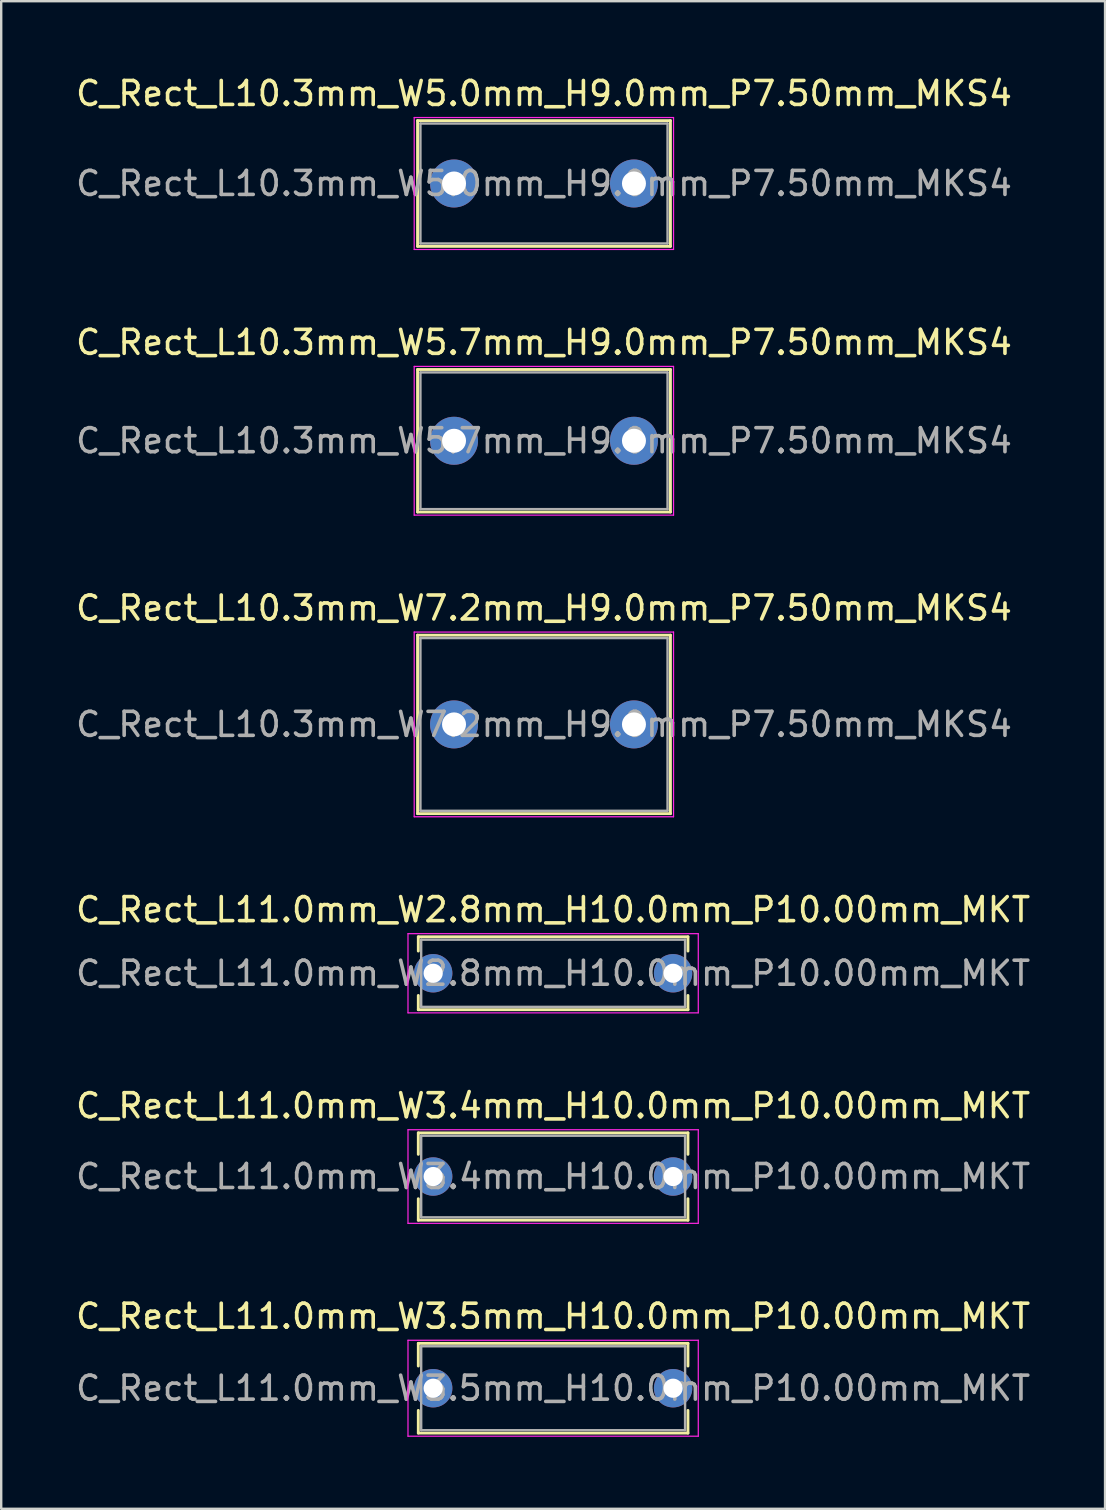
<source format=kicad_pcb>
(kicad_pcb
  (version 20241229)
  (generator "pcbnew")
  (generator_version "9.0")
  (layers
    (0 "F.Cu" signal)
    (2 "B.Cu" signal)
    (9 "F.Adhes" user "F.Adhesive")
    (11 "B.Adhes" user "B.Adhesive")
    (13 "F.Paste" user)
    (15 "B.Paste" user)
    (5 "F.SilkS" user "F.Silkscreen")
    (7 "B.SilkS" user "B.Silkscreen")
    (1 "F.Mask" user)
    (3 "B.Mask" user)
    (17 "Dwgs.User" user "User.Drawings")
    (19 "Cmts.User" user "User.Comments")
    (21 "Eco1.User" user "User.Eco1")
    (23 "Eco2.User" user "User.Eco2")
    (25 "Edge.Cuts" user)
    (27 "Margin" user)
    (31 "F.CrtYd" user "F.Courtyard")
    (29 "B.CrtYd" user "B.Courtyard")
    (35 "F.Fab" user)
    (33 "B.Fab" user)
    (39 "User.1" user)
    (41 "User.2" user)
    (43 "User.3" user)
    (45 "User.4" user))
  (footprint "C_Rect_L10.3mm_W5.0mm_H9.0mm_P7.50mm_MKS4"
    (layer "F.Cu")
    (at 15.875 4.598)
    (property "Reference" "C_Rect_L10.3mm_W5.0mm_H9.0mm_P7.50mm_MKS4" (at 3.75 -3.75 0) (layer "F.SilkS") (effects (font (size 1 1) (thickness 0.15))))
    (attr through_hole)
    (fp_line (start -1.52 -2.62) (end -1.52 2.62) (stroke (width 0.12) (type solid)) (layer "F.SilkS"))
    (fp_line (start -1.52 -2.62) (end 9.02 -2.62) (stroke (width 0.12) (type solid)) (layer "F.SilkS"))
    (fp_line (start -1.52 2.62) (end 9.02 2.62) (stroke (width 0.12) (type solid)) (layer "F.SilkS"))
    (fp_line (start 9.02 -2.62) (end 9.02 2.62) (stroke (width 0.12) (type solid)) (layer "F.SilkS"))
    (fp_line (start -1.66 -2.75) (end -1.66 2.75) (stroke (width 0.05) (type solid)) (layer "F.CrtYd"))
    (fp_line (start -1.66 2.75) (end 9.15 2.75) (stroke (width 0.05) (type solid)) (layer "F.CrtYd"))
    (fp_line (start 9.15 -2.75) (end -1.66 -2.75) (stroke (width 0.05) (type solid)) (layer "F.CrtYd"))
    (fp_line (start 9.15 2.75) (end 9.15 -2.75) (stroke (width 0.05) (type solid)) (layer "F.CrtYd"))
    (fp_line (start -1.4 -2.5) (end -1.4 2.5) (stroke (width 0.1) (type solid)) (layer "F.Fab"))
    (fp_line (start -1.4 2.5) (end 8.9 2.5) (stroke (width 0.1) (type solid)) (layer "F.Fab"))
    (fp_line (start 8.9 -2.5) (end -1.4 -2.5) (stroke (width 0.1) (type solid)) (layer "F.Fab"))
    (fp_line (start 8.9 2.5) (end 8.9 -2.5) (stroke (width 0.1) (type solid)) (layer "F.Fab"))
    (fp_text user "${REFERENCE}" (at 3.75 0 0) (layer "F.Fab") (effects (font (size 1 1) (thickness 0.15))))
    (pad "1" thru_hole circle (at 0 0) (size 2 2) (drill 1) (layers "*.Cu" "*.Mask"))
    (pad "2" thru_hole circle (at 7.5 0) (size 2 2) (drill 1) (layers "*.Cu" "*.Mask")))
  (footprint "C_Rect_L10.3mm_W7.2mm_H9.0mm_P7.50mm_MKS4"
    (layer "F.Cu")
    (at 15.875 27.145)
    (property "Reference" "C_Rect_L10.3mm_W7.2mm_H9.0mm_P7.50mm_MKS4" (at 3.75 -4.85 0) (layer "F.SilkS") (effects (font (size 1 1) (thickness 0.15))))
    (attr through_hole)
    (fp_line (start -1.52 -3.72) (end -1.52 3.72) (stroke (width 0.12) (type solid)) (layer "F.SilkS"))
    (fp_line (start -1.52 -3.72) (end 9.02 -3.72) (stroke (width 0.12) (type solid)) (layer "F.SilkS"))
    (fp_line (start -1.52 3.72) (end 9.02 3.72) (stroke (width 0.12) (type solid)) (layer "F.SilkS"))
    (fp_line (start 9.02 -3.72) (end 9.02 3.72) (stroke (width 0.12) (type solid)) (layer "F.SilkS"))
    (fp_line (start -1.66 -3.85) (end -1.66 3.85) (stroke (width 0.05) (type solid)) (layer "F.CrtYd"))
    (fp_line (start -1.66 3.85) (end 9.15 3.85) (stroke (width 0.05) (type solid)) (layer "F.CrtYd"))
    (fp_line (start 9.15 -3.85) (end -1.66 -3.85) (stroke (width 0.05) (type solid)) (layer "F.CrtYd"))
    (fp_line (start 9.15 3.85) (end 9.15 -3.85) (stroke (width 0.05) (type solid)) (layer "F.CrtYd"))
    (fp_line (start -1.4 -3.6) (end -1.4 3.6) (stroke (width 0.1) (type solid)) (layer "F.Fab"))
    (fp_line (start -1.4 3.6) (end 8.9 3.6) (stroke (width 0.1) (type solid)) (layer "F.Fab"))
    (fp_line (start 8.9 -3.6) (end -1.4 -3.6) (stroke (width 0.1) (type solid)) (layer "F.Fab"))
    (fp_line (start 8.9 3.6) (end 8.9 -3.6) (stroke (width 0.1) (type solid)) (layer "F.Fab"))
    (fp_text user "${REFERENCE}" (at 3.75 0 0) (layer "F.Fab") (effects (font (size 1 1) (thickness 0.15))))
    (pad "1" thru_hole circle (at 0 0) (size 2 2) (drill 1) (layers "*.Cu" "*.Mask"))
    (pad "2" thru_hole circle (at 7.5 0) (size 2 2) (drill 1) (layers "*.Cu" "*.Mask")))
  (footprint "C_Rect_L10.3mm_W5.7mm_H9.0mm_P7.50mm_MKS4"
    (layer "F.Cu")
    (at 15.875 15.322)
    (property "Reference" "C_Rect_L10.3mm_W5.7mm_H9.0mm_P7.50mm_MKS4" (at 3.75 -4.1 0) (layer "F.SilkS") (effects (font (size 1 1) (thickness 0.15))))
    (attr through_hole)
    (fp_line (start -1.52 -2.97) (end -1.52 2.97) (stroke (width 0.12) (type solid)) (layer "F.SilkS"))
    (fp_line (start -1.52 -2.97) (end 9.02 -2.97) (stroke (width 0.12) (type solid)) (layer "F.SilkS"))
    (fp_line (start -1.52 2.97) (end 9.02 2.97) (stroke (width 0.12) (type solid)) (layer "F.SilkS"))
    (fp_line (start 9.02 -2.97) (end 9.02 2.97) (stroke (width 0.12) (type solid)) (layer "F.SilkS"))
    (fp_line (start -1.66 -3.1) (end -1.66 3.1) (stroke (width 0.05) (type solid)) (layer "F.CrtYd"))
    (fp_line (start -1.66 3.1) (end 9.15 3.1) (stroke (width 0.05) (type solid)) (layer "F.CrtYd"))
    (fp_line (start 9.15 -3.1) (end -1.66 -3.1) (stroke (width 0.05) (type solid)) (layer "F.CrtYd"))
    (fp_line (start 9.15 3.1) (end 9.15 -3.1) (stroke (width 0.05) (type solid)) (layer "F.CrtYd"))
    (fp_line (start -1.4 -2.85) (end -1.4 2.85) (stroke (width 0.1) (type solid)) (layer "F.Fab"))
    (fp_line (start -1.4 2.85) (end 8.9 2.85) (stroke (width 0.1) (type solid)) (layer "F.Fab"))
    (fp_line (start 8.9 -2.85) (end -1.4 -2.85) (stroke (width 0.1) (type solid)) (layer "F.Fab"))
    (fp_line (start 8.9 2.85) (end 8.9 -2.85) (stroke (width 0.1) (type solid)) (layer "F.Fab"))
    (fp_text user "${REFERENCE}" (at 3.75 0 0) (layer "F.Fab") (effects (font (size 1 1) (thickness 0.15))))
    (pad "1" thru_hole circle (at 0 0) (size 2 2) (drill 1) (layers "*.Cu" "*.Mask"))
    (pad "2" thru_hole circle (at 7.5 0) (size 2 2) (drill 1) (layers "*.Cu" "*.Mask")))
  (footprint "C_Rect_L11.0mm_W3.4mm_H10.0mm_P10.00mm_MKT"
    (layer "F.Cu")
    (at 15.006 45.991)
    (property "Reference" "C_Rect_L11.0mm_W3.4mm_H10.0mm_P10.00mm_MKT" (at 5 -2.95 0) (layer "F.SilkS") (effects (font (size 1 1) (thickness 0.15))))
    (attr through_hole)
    (fp_line (start -0.62 -1.82) (end -0.62 -0.925) (stroke (width 0.12) (type solid)) (layer "F.SilkS"))
    (fp_line (start -0.62 -1.82) (end 10.62 -1.82) (stroke (width 0.12) (type solid)) (layer "F.SilkS"))
    (fp_line (start -0.62 0.925) (end -0.62 1.82) (stroke (width 0.12) (type solid)) (layer "F.SilkS"))
    (fp_line (start -0.62 1.82) (end 10.62 1.82) (stroke (width 0.12) (type solid)) (layer "F.SilkS"))
    (fp_line (start 10.62 -1.82) (end 10.62 -0.925) (stroke (width 0.12) (type solid)) (layer "F.SilkS"))
    (fp_line (start 10.62 0.925) (end 10.62 1.82) (stroke (width 0.12) (type solid)) (layer "F.SilkS"))
    (fp_line (start -1.05 -1.95) (end -1.05 1.95) (stroke (width 0.05) (type solid)) (layer "F.CrtYd"))
    (fp_line (start -1.05 1.95) (end 11.05 1.95) (stroke (width 0.05) (type solid)) (layer "F.CrtYd"))
    (fp_line (start 11.05 -1.95) (end -1.05 -1.95) (stroke (width 0.05) (type solid)) (layer "F.CrtYd"))
    (fp_line (start 11.05 1.95) (end 11.05 -1.95) (stroke (width 0.05) (type solid)) (layer "F.CrtYd"))
    (fp_line (start -0.5 -1.7) (end -0.5 1.7) (stroke (width 0.1) (type solid)) (layer "F.Fab"))
    (fp_line (start -0.5 1.7) (end 10.5 1.7) (stroke (width 0.1) (type solid)) (layer "F.Fab"))
    (fp_line (start 10.5 -1.7) (end -0.5 -1.7) (stroke (width 0.1) (type solid)) (layer "F.Fab"))
    (fp_line (start 10.5 1.7) (end 10.5 -1.7) (stroke (width 0.1) (type solid)) (layer "F.Fab"))
    (fp_text user "${REFERENCE}" (at 5 0 0) (layer "F.Fab") (effects (font (size 1 1) (thickness 0.15))))
    (pad "1" thru_hole circle (at 0 0) (size 1.6 1.6) (drill 0.8) (layers "*.Cu" "*.Mask"))
    (pad "2" thru_hole circle (at 10 0) (size 1.6 1.6) (drill 0.8) (layers "*.Cu" "*.Mask")))
  (footprint "C_Rect_L11.0mm_W3.5mm_H10.0mm_P10.00mm_MKT"
    (layer "F.Cu")
    (at 15.006 54.815)
    (property "Reference" "C_Rect_L11.0mm_W3.5mm_H10.0mm_P10.00mm_MKT" (at 5 -3 0) (layer "F.SilkS") (effects (font (size 1 1) (thickness 0.15))))
    (attr through_hole)
    (fp_line (start -0.62 -1.87) (end -0.62 -0.925) (stroke (width 0.12) (type solid)) (layer "F.SilkS"))
    (fp_line (start -0.62 -1.87) (end 10.62 -1.87) (stroke (width 0.12) (type solid)) (layer "F.SilkS"))
    (fp_line (start -0.62 0.925) (end -0.62 1.87) (stroke (width 0.12) (type solid)) (layer "F.SilkS"))
    (fp_line (start -0.62 1.87) (end 10.62 1.87) (stroke (width 0.12) (type solid)) (layer "F.SilkS"))
    (fp_line (start 10.62 -1.87) (end 10.62 -0.925) (stroke (width 0.12) (type solid)) (layer "F.SilkS"))
    (fp_line (start 10.62 0.925) (end 10.62 1.87) (stroke (width 0.12) (type solid)) (layer "F.SilkS"))
    (fp_line (start -1.05 -2) (end -1.05 2) (stroke (width 0.05) (type solid)) (layer "F.CrtYd"))
    (fp_line (start -1.05 2) (end 11.05 2) (stroke (width 0.05) (type solid)) (layer "F.CrtYd"))
    (fp_line (start 11.05 -2) (end -1.05 -2) (stroke (width 0.05) (type solid)) (layer "F.CrtYd"))
    (fp_line (start 11.05 2) (end 11.05 -2) (stroke (width 0.05) (type solid)) (layer "F.CrtYd"))
    (fp_line (start -0.5 -1.75) (end -0.5 1.75) (stroke (width 0.1) (type solid)) (layer "F.Fab"))
    (fp_line (start -0.5 1.75) (end 10.5 1.75) (stroke (width 0.1) (type solid)) (layer "F.Fab"))
    (fp_line (start 10.5 -1.75) (end -0.5 -1.75) (stroke (width 0.1) (type solid)) (layer "F.Fab"))
    (fp_line (start 10.5 1.75) (end 10.5 -1.75) (stroke (width 0.1) (type solid)) (layer "F.Fab"))
    (fp_text user "${REFERENCE}" (at 5 0 0) (layer "F.Fab") (effects (font (size 1 1) (thickness 0.15))))
    (pad "1" thru_hole circle (at 0 0) (size 1.6 1.6) (drill 0.8) (layers "*.Cu" "*.Mask"))
    (pad "2" thru_hole circle (at 10 0) (size 1.6 1.6) (drill 0.8) (layers "*.Cu" "*.Mask")))
  (footprint "C_Rect_L11.0mm_W2.8mm_H10.0mm_P10.00mm_MKT"
    (layer "F.Cu")
    (at 15.006 37.518)
    (property "Reference" "C_Rect_L11.0mm_W2.8mm_H10.0mm_P10.00mm_MKT" (at 5 -2.65 0) (layer "F.SilkS") (effects (font (size 1 1) (thickness 0.15))))
    (attr through_hole)
    (fp_line (start -0.62 -1.52) (end -0.62 -0.925) (stroke (width 0.12) (type solid)) (layer "F.SilkS"))
    (fp_line (start -0.62 -1.52) (end 10.62 -1.52) (stroke (width 0.12) (type solid)) (layer "F.SilkS"))
    (fp_line (start -0.62 0.925) (end -0.62 1.52) (stroke (width 0.12) (type solid)) (layer "F.SilkS"))
    (fp_line (start -0.62 1.52) (end 10.62 1.52) (stroke (width 0.12) (type solid)) (layer "F.SilkS"))
    (fp_line (start 10.62 -1.52) (end 10.62 -0.925) (stroke (width 0.12) (type solid)) (layer "F.SilkS"))
    (fp_line (start 10.62 0.925) (end 10.62 1.52) (stroke (width 0.12) (type solid)) (layer "F.SilkS"))
    (fp_line (start -1.05 -1.65) (end -1.05 1.65) (stroke (width 0.05) (type solid)) (layer "F.CrtYd"))
    (fp_line (start -1.05 1.65) (end 11.05 1.65) (stroke (width 0.05) (type solid)) (layer "F.CrtYd"))
    (fp_line (start 11.05 -1.65) (end -1.05 -1.65) (stroke (width 0.05) (type solid)) (layer "F.CrtYd"))
    (fp_line (start 11.05 1.65) (end 11.05 -1.65) (stroke (width 0.05) (type solid)) (layer "F.CrtYd"))
    (fp_line (start -0.5 -1.4) (end -0.5 1.4) (stroke (width 0.1) (type solid)) (layer "F.Fab"))
    (fp_line (start -0.5 1.4) (end 10.5 1.4) (stroke (width 0.1) (type solid)) (layer "F.Fab"))
    (fp_line (start 10.5 -1.4) (end -0.5 -1.4) (stroke (width 0.1) (type solid)) (layer "F.Fab"))
    (fp_line (start 10.5 1.4) (end 10.5 -1.4) (stroke (width 0.1) (type solid)) (layer "F.Fab"))
    (fp_text user "${REFERENCE}" (at 5 0 0) (layer "F.Fab") (effects (font (size 1 1) (thickness 0.15))))
    (pad "1" thru_hole circle (at 0 0) (size 1.6 1.6) (drill 0.8) (layers "*.Cu" "*.Mask"))
    (pad "2" thru_hole circle (at 10 0) (size 1.6 1.6) (drill 0.8) (layers "*.Cu" "*.Mask")))
  (gr_rect
    (start -3 -3)
    (end 43.012 59.84)
    (stroke (width 0.1) (type default))
    (fill no)
    (layer "Edge.Cuts")))
</source>
